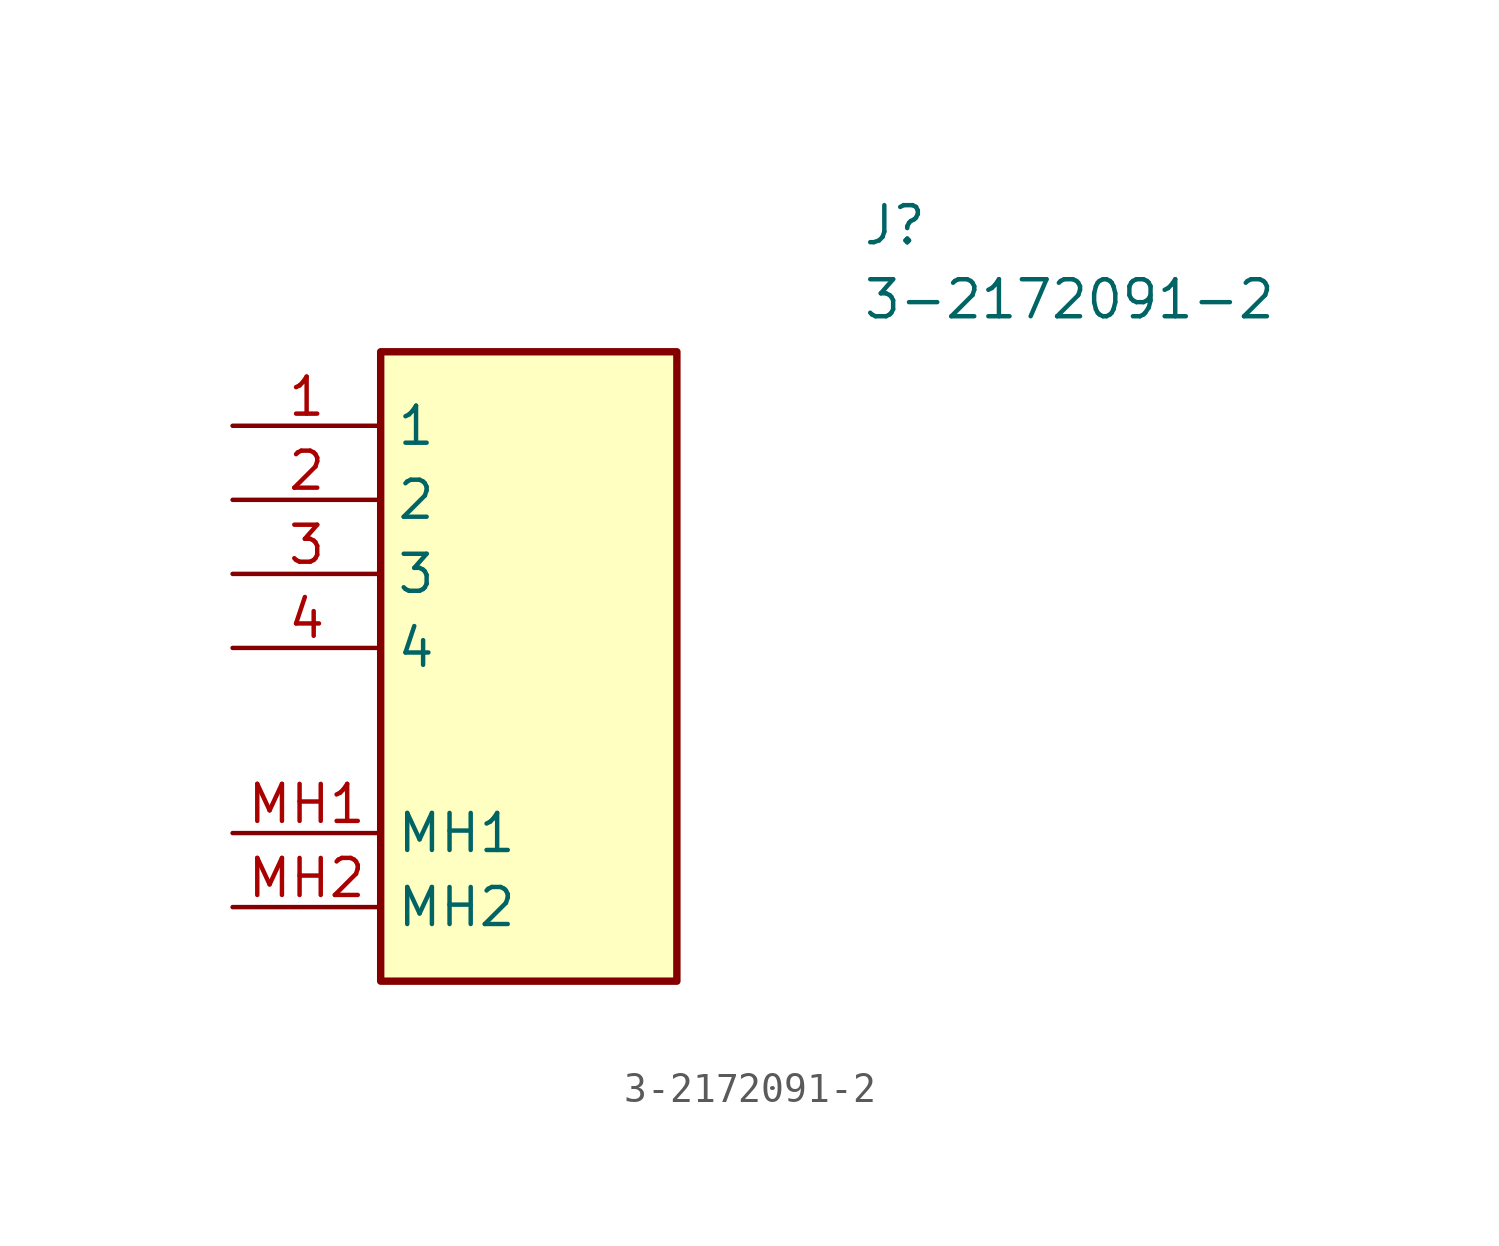
<source format=kicad_sym>
(kicad_symbol_lib
  (version 20231120)
  (generator "kicad_symbol_editor")
  (generator_version "8.0")
  (symbol "3-2172091-2"
    (property "Reference" "J"
      (at 21.59 12.7 0)
      (effects (font (size 1.27 1.27)) (justify left top)))
    (property "Value" "3-2172091-2"
      (at 21.59 10.16 0)
      (effects (font (size 1.27 1.27)) (justify left top)))
    (symbol "3-2172091-2_1_1"
      (rectangle (start 5.08 7.62) (end 15.24 -13.97) (stroke (width 0.254) (type default)) (fill (type background)))
      (pin passive line (at 0 5.08 0) (length 5.08) (name "1" (effects (font (size 1.27 1.27)))) (number "1" (effects (font (size 1.27 1.27)))))
      (pin passive line (at 0 2.54 0) (length 5.08) (name "2" (effects (font (size 1.27 1.27)))) (number "2" (effects (font (size 1.27 1.27)))))
      (pin passive line (at 0 0 0) (length 5.08) (name "3" (effects (font (size 1.27 1.27)))) (number "3" (effects (font (size 1.27 1.27)))))
      (pin passive line (at 0 -2.54 0) (length 5.08) (name "4" (effects (font (size 1.27 1.27)))) (number "4" (effects (font (size 1.27 1.27)))))
      (pin passive line (at 0 -8.89 0) (length 5.08) (name "MH1" (effects (font (size 1.27 1.27)))) (number "MH1" (effects (font (size 1.27 1.27)))))
      (pin passive line (at 0 -11.43 0) (length 5.08) (name "MH2" (effects (font (size 1.27 1.27)))) (number "MH2" (effects (font (size 1.27 1.27))))))))
</source>
